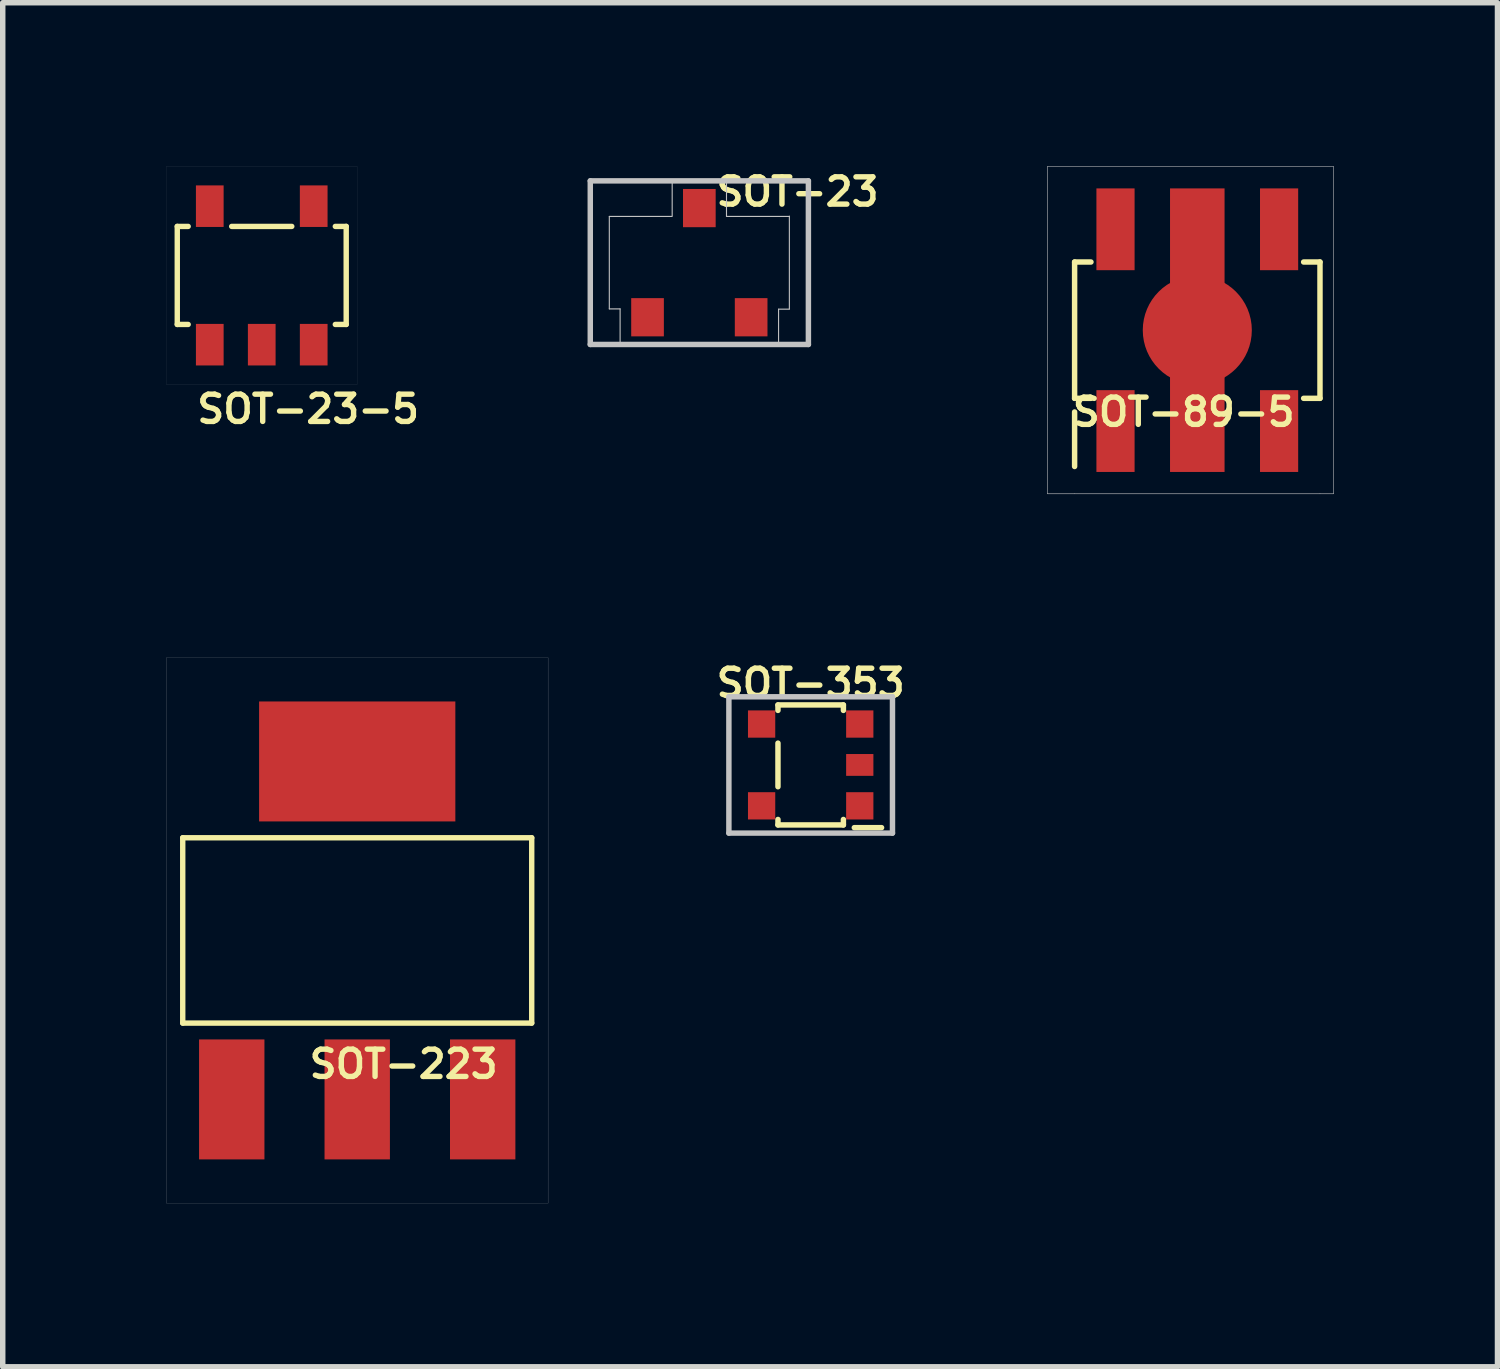
<source format=kicad_pcb>
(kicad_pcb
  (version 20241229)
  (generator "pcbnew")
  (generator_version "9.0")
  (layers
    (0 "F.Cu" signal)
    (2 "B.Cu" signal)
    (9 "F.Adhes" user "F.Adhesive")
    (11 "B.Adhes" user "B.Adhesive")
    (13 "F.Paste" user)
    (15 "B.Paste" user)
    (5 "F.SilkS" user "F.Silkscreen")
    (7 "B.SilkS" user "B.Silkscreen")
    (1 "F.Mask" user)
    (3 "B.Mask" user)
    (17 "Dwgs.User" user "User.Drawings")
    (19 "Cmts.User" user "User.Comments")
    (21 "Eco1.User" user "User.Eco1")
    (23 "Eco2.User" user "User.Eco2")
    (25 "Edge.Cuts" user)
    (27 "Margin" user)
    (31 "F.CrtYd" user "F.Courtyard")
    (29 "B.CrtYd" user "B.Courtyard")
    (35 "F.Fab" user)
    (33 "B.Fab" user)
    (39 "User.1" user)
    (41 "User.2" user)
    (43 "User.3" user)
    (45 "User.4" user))
  (footprint "SOT-23-5"
    (layer "F.Cu")
    (at 1.75 2.001)
    (property "Reference" "SOT-23-5" (at 0.851 2.451 0) (layer "F.SilkS") (effects (font (size 0.5 0.5) (thickness 0.099))))
    (attr smd)
    (fp_line (start -1.549 -0.899) (end -1.349 -0.899) (stroke (width 0.099) (type solid)) (layer "F.SilkS"))
    (fp_line (start -1.549 0.899) (end -1.549 -0.899) (stroke (width 0.099) (type solid)) (layer "F.SilkS"))
    (fp_line (start -1.349 0.899) (end -1.549 0.899) (stroke (width 0.099) (type solid)) (layer "F.SilkS"))
    (fp_line (start -0.551 -0.899) (end 0.551 -0.899) (stroke (width 0.099) (type solid)) (layer "F.SilkS"))
    (fp_line (start 1.549 -0.899) (end 1.349 -0.899) (stroke (width 0.099) (type solid)) (layer "F.SilkS"))
    (fp_line (start 1.549 -0.899) (end 1.549 0.899) (stroke (width 0.099) (type solid)) (layer "F.SilkS"))
    (fp_line (start 1.549 0.899) (end 1.349 0.899) (stroke (width 0.099) (type solid)) (layer "F.SilkS"))
    (fp_line (start -1.75 -2) (end -1.75 2) (stroke (width 0.001) (type solid)) (layer "Dwgs.User"))
    (fp_line (start -1.75 2) (end 1.75 2) (stroke (width 0.001) (type solid)) (layer "Dwgs.User"))
    (fp_line (start 1.75 -2) (end -1.75 -2) (stroke (width 0.001) (type solid)) (layer "Dwgs.User"))
    (fp_line (start 1.75 2) (end 1.75 -2) (stroke (width 0.001) (type solid)) (layer "Dwgs.User"))
    (pad "1" smd rect (at -0.953 1.27) (size 0.508 0.762) (layers "F.Cu" "F.Mask" "F.Paste"))
    (pad "2" smd rect (at 0 1.27) (size 0.508 0.762) (layers "F.Cu" "F.Mask" "F.Paste"))
    (pad "3" smd rect (at 0.953 1.27) (size 0.508 0.762) (layers "F.Cu" "F.Mask" "F.Paste"))
    (pad "4" smd rect (at 0.953 -1.27) (size 0.508 0.762) (layers "F.Cu" "F.Mask" "F.Paste"))
    (pad "5" smd rect (at -0.953 -1.27) (size 0.508 0.762) (layers "F.Cu" "F.Mask" "F.Paste")))
  (footprint "SOT-353"
    (layer "F.Cu")
    (at 11.817 10.978)
    (property "Reference" "SOT-353" (at 0 -1.5 0) (layer "F.SilkS") (effects (font (size 0.5 0.5) (thickness 0.1))))
    (attr through_hole)
    (fp_line (start -0.6 -1.1) (end 0.6 -1.1) (stroke (width 0.1) (type solid)) (layer "F.SilkS"))
    (fp_line (start -0.6 -1) (end -0.6 -1.1) (stroke (width 0.1) (type solid)) (layer "F.SilkS"))
    (fp_line (start -0.6 -0.4) (end -0.6 0.4) (stroke (width 0.1) (type solid)) (layer "F.SilkS"))
    (fp_line (start -0.6 1) (end -0.6 1.1) (stroke (width 0.1) (type solid)) (layer "F.SilkS"))
    (fp_line (start -0.6 1.1) (end 0.6 1.1) (stroke (width 0.1) (type solid)) (layer "F.SilkS"))
    (fp_line (start 0.6 -1.1) (end 0.6 -1) (stroke (width 0.1) (type solid)) (layer "F.SilkS"))
    (fp_line (start 0.6 1.1) (end 0.6 1) (stroke (width 0.1) (type solid)) (layer "F.SilkS"))
    (fp_line (start 0.8 1.15) (end 1.3 1.15) (stroke (width 0.1) (type solid)) (layer "F.SilkS"))
    (fp_line (start -1.5 -1.25) (end -1.5 1.25) (stroke (width 0.1) (type solid)) (layer "Dwgs.User"))
    (fp_line (start -1.5 1.25) (end 1.5 1.25) (stroke (width 0.1) (type solid)) (layer "Dwgs.User"))
    (fp_line (start 1.5 -1.25) (end -1.5 -1.25) (stroke (width 0.1) (type solid)) (layer "Dwgs.User"))
    (fp_line (start 1.5 1.25) (end 1.5 -1.25) (stroke (width 0.1) (type solid)) (layer "Dwgs.User"))
    (pad "1" smd rect (at 0.9 0.75) (size 0.5 0.5) (layers "F.Cu" "F.Mask" "F.Paste"))
    (pad "2" smd rect (at 0.9 0) (size 0.5 0.4) (layers "F.Cu" "F.Mask" "F.Paste"))
    (pad "3" smd rect (at 0.9 -0.75) (size 0.5 0.5) (layers "F.Cu" "F.Mask" "F.Paste"))
    (pad "4" smd rect (at -0.9 -0.75) (size 0.5 0.5) (layers "F.Cu" "F.Mask" "F.Paste"))
    (pad "5" smd rect (at -0.9 0.75) (size 0.5 0.5) (layers "F.Cu" "F.Mask" "F.Paste")))
  (footprint "SOT-23"
    (layer "F.Cu")
    (at 9.775 1.767)
    (property "Reference" "SOT-23" (at 1.801 -1.3 0) (layer "F.SilkS") (effects (font (size 0.5 0.5) (thickness 0.099))))
    (attr through_hole)
    (fp_line (start -2 -1.5) (end -2 1.5) (stroke (width 0.1) (type solid)) (layer "Dwgs.User"))
    (fp_line (start -2 1.5) (end 2 1.5) (stroke (width 0.1) (type solid)) (layer "Dwgs.User"))
    (fp_line (start -1.651 -0.848) (end -1.651 0.848) (stroke (width 0.02) (type solid)) (layer "Dwgs.User"))
    (fp_line (start -1.651 -0.848) (end -0.503 -0.848) (stroke (width 0.02) (type solid)) (layer "Dwgs.User"))
    (fp_line (start -1.453 0.848) (end -1.651 0.848) (stroke (width 0.02) (type solid)) (layer "Dwgs.User"))
    (fp_line (start -1.453 1.499) (end -1.453 0.848) (stroke (width 0.02) (type solid)) (layer "Dwgs.User"))
    (fp_line (start -0.498 -1.499) (end -0.498 -0.853) (stroke (width 0.02) (type solid)) (layer "Dwgs.User"))
    (fp_line (start -0.498 -1.499) (end 0.498 -1.499) (stroke (width 0.02) (type solid)) (layer "Dwgs.User"))
    (fp_line (start 0.498 -1.499) (end 0.498 -0.848) (stroke (width 0.02) (type solid)) (layer "Dwgs.User"))
    (fp_line (start 0.498 -0.848) (end 1.651 -0.848) (stroke (width 0.02) (type solid)) (layer "Dwgs.User"))
    (fp_line (start 1.453 0.853) (end 1.651 0.853) (stroke (width 0.02) (type solid)) (layer "Dwgs.User"))
    (fp_line (start 1.453 1.499) (end -1.453 1.499) (stroke (width 0.02) (type solid)) (layer "Dwgs.User"))
    (fp_line (start 1.453 1.499) (end 1.453 0.853) (stroke (width 0.02) (type solid)) (layer "Dwgs.User"))
    (fp_line (start 1.651 -0.853) (end 1.651 0.848) (stroke (width 0.02) (type solid)) (layer "Dwgs.User"))
    (fp_line (start 2 -1.5) (end -2 -1.5) (stroke (width 0.1) (type solid)) (layer "Dwgs.User"))
    (fp_line (start 2 1.5) (end 2 -1.5) (stroke (width 0.1) (type solid)) (layer "Dwgs.User"))
    (pad "1" smd rect (at -0.95 1.001) (size 0.599 0.701) (layers "F.Cu" "F.Mask" "F.Paste"))
    (pad "2" smd rect (at 0.95 1.001) (size 0.599 0.701) (layers "F.Cu" "F.Mask" "F.Paste"))
    (pad "3" smd rect (at 0 -1.001) (size 0.599 0.701) (layers "F.Cu" "F.Mask" "F.Paste")))
  (footprint "SOT-89-5"
    (layer "F.Cu")
    (at 18.907 3.005)
    (property "Reference" "SOT-89-5" (at -0.249 1.501 0) (layer "F.SilkS") (effects (font (size 0.5 0.5) (thickness 0.099))))
    (attr through_hole)
    (fp_line (start -2.25 -1.25) (end -2.25 1.25) (stroke (width 0.1) (type solid)) (layer "F.SilkS"))
    (fp_line (start -2.25 -1.25) (end -1.95 -1.25) (stroke (width 0.1) (type solid)) (layer "F.SilkS"))
    (fp_line (start -2.25 1.25) (end -1.95 1.25) (stroke (width 0.1) (type solid)) (layer "F.SilkS"))
    (fp_line (start -2.25 1.5) (end -2.25 2.5) (stroke (width 0.1) (type solid)) (layer "F.SilkS"))
    (fp_line (start 2.25 -1.25) (end 1.95 -1.25) (stroke (width 0.1) (type solid)) (layer "F.SilkS"))
    (fp_line (start 2.25 1.25) (end 1.95 1.25) (stroke (width 0.1) (type solid)) (layer "F.SilkS"))
    (fp_line (start 2.25 1.25) (end 2.25 -1.25) (stroke (width 0.1) (type solid)) (layer "F.SilkS"))
    (fp_line (start -2.75 -3) (end -2.75 3) (stroke (width 0.01) (type solid)) (layer "Dwgs.User"))
    (fp_line (start -2.75 3) (end -2.25 3) (stroke (width 0.01) (type solid)) (layer "Dwgs.User"))
    (fp_line (start -2.25 3) (end 2.25 3) (stroke (width 0.01) (type solid)) (layer "Dwgs.User"))
    (fp_line (start 2.25 3) (end 2.5 3) (stroke (width 0.01) (type solid)) (layer "Dwgs.User"))
    (fp_line (start 2.5 -3) (end -2.75 -3) (stroke (width 0.01) (type solid)) (layer "Dwgs.User"))
    (fp_line (start 2.5 3) (end 2.5 -3) (stroke (width 0.01) (type solid)) (layer "Dwgs.User"))
    (pad "1" smd rect (at -1.5 1.85) (size 0.7 1.5) (layers "F.Cu" "F.Mask" "F.Paste"))
    (pad "2" smd rect (at 0 0) (size 1 5.2) (layers "F.Cu" "F.Mask" "F.Paste"))
    (pad "2" smd circle (at 0 0) (size 2 2) (layers "F.Cu" "F.Mask" "F.Paste"))
    (pad "3" smd rect (at 1.5 1.85) (size 0.7 1.5) (layers "F.Cu" "F.Mask" "F.Paste"))
    (pad "4" smd rect (at 1.5 -1.85) (size 0.7 1.5) (layers "F.Cu" "F.Mask" "F.Paste"))
    (pad "5" smd rect (at -1.5 -1.85) (size 0.7 1.5) (layers "F.Cu" "F.Mask" "F.Paste")))
  (footprint "SOT-223"
    (layer "F.Cu")
    (at 3.501 14.013)
    (property "Reference" "SOT-223" (at 0.851 2.451 0) (layer "F.SilkS") (effects (font (size 0.5 0.5) (thickness 0.099))))
    (attr smd)
    (fp_line (start -3.2 -1.699) (end -3.2 1.699) (stroke (width 0.099) (type solid)) (layer "F.SilkS"))
    (fp_line (start -3.2 1.699) (end 3.2 1.699) (stroke (width 0.099) (type solid)) (layer "F.SilkS"))
    (fp_line (start 3.2 -1.699) (end -3.2 -1.699) (stroke (width 0.099) (type solid)) (layer "F.SilkS"))
    (fp_line (start 3.2 1.699) (end 3.2 -1.699) (stroke (width 0.099) (type solid)) (layer "F.SilkS"))
    (fp_line (start -3.5 -5.001) (end -3.5 5.001) (stroke (width 0.003) (type solid)) (layer "Dwgs.User"))
    (fp_line (start -3.5 5.001) (end 3.5 5.001) (stroke (width 0.003) (type solid)) (layer "Dwgs.User"))
    (fp_line (start 3.5 -5.001) (end -3.5 -5.001) (stroke (width 0.003) (type solid)) (layer "Dwgs.User"))
    (fp_line (start 3.5 5.001) (end 3.5 -5.001) (stroke (width 0.003) (type solid)) (layer "Dwgs.User"))
    (pad "1" smd rect (at -2.301 3.099) (size 1.199 2.2) (layers "F.Cu" "F.Mask" "F.Paste"))
    (pad "2" smd rect (at 0 -3.099) (size 3.599 2.2) (layers "F.Cu" "F.Mask" "F.Paste"))
    (pad "2" smd rect (at 0 3.099) (size 1.199 2.2) (layers "F.Cu" "F.Mask" "F.Paste"))
    (pad "3" smd rect (at 2.301 3.099) (size 1.199 2.2) (layers "F.Cu" "F.Mask" "F.Paste")))
  (gr_rect
    (start -3 -3)
    (end 24.412 22.015)
    (stroke (width 0.1) (type default))
    (fill no)
    (layer "Edge.Cuts")))
</source>
